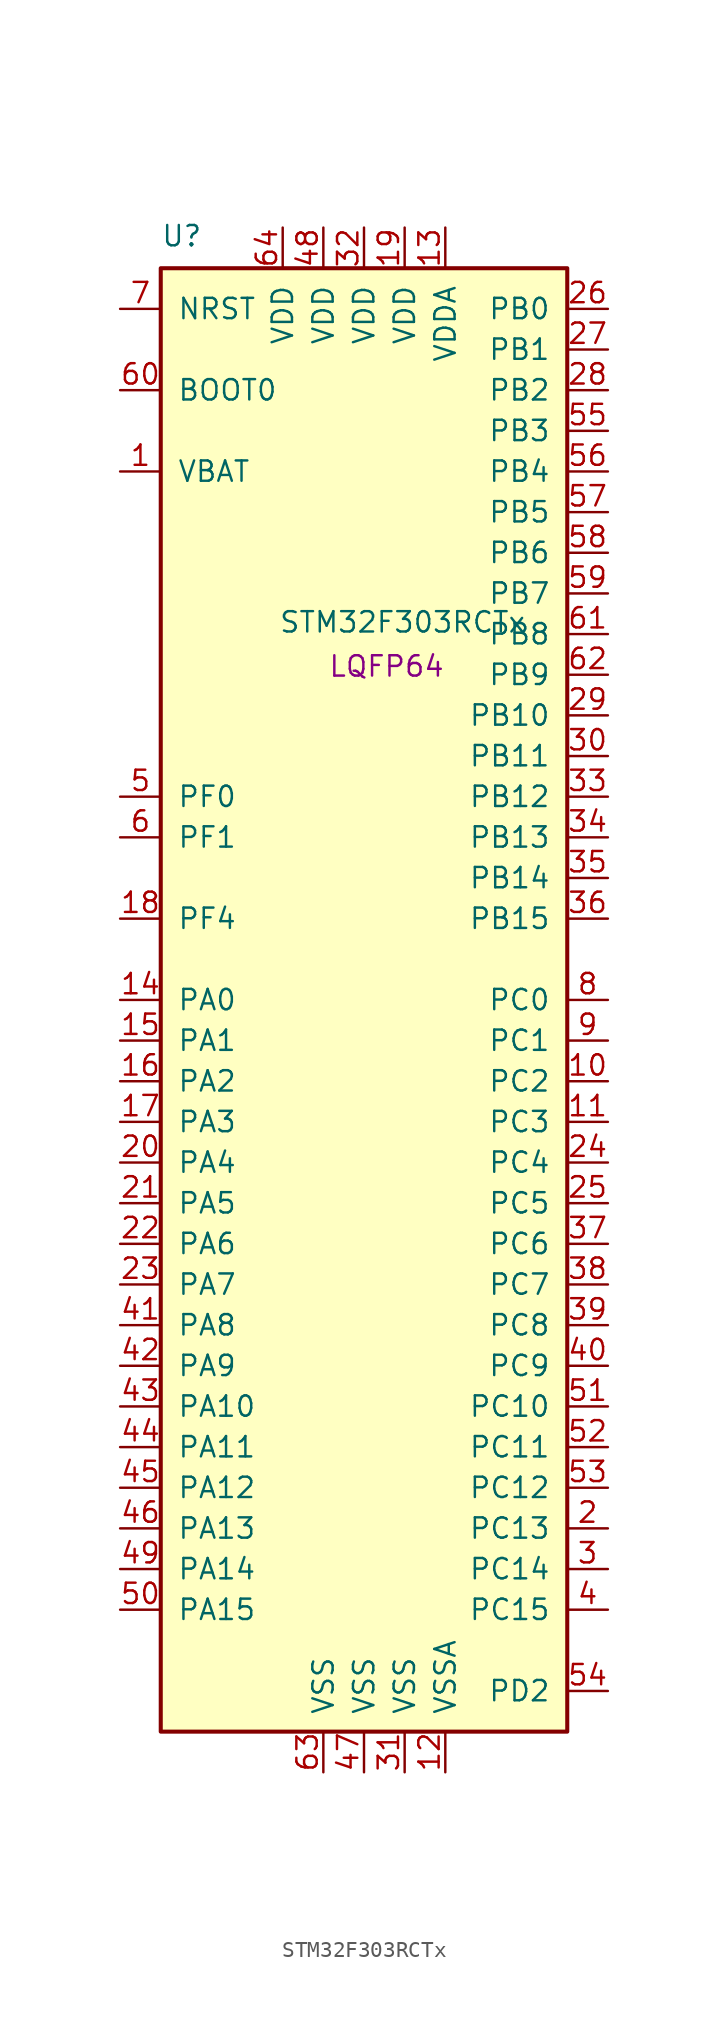
<source format=kicad_sym>
(kicad_symbol_lib
  (version 20211014)
  (generator kicad_symbol_editor)
  (symbol "STM32F303RCTx"
    (pin_names
      (offset 1.016))
    (property "Reference" "U"
      (at -12.7 41.91 0)
      (effects (font (size 1.27 1.27)) (justify left bottom)))
    (property "Value" "STM32F303RCTx"
      (at 10.16 17.78 0)
      (effects (font (size 1.27 1.27)) (justify right bottom)))
    (property "Footprint" "LQFP64"
      (at 5.08 16.51 0)
      (effects (font (size 1.27 1.27)) (justify right top)))
    (property "Datasheet" ""
      (at 11.43 2.54 0)
      (effects (font (size 1.27 1.27))))
    (symbol "STM32F303RCTx_0_1"
      (rectangle (start -12.7 -50.8) (end 12.7 40.64) (stroke (width 0.254) (type default) (color 0 0 0 0)) (fill (type background))))
    (symbol "STM32F303RCTx_1_1"
      (pin power_in line (at -15.24 27.94 0) (length 2.54) (name "VBAT" (effects (font (size 1.27 1.27)))) (number "1" (effects (font (size 1.27 1.27)))))
      (pin bidirectional line (at 15.24 -10.16 180) (length 2.54) (name "PC2" (effects (font (size 1.27 1.27)))) (number "10" (effects (font (size 1.27 1.27)))))
      (pin bidirectional line (at 15.24 -12.7 180) (length 2.54) (name "PC3" (effects (font (size 1.27 1.27)))) (number "11" (effects (font (size 1.27 1.27)))))
      (pin power_in line (at 5.08 -53.34 90) (length 2.54) (name "VSSA" (effects (font (size 1.27 1.27)))) (number "12" (effects (font (size 1.27 1.27)))))
      (pin power_in line (at 5.08 43.18 270) (length 2.54) (name "VDDA" (effects (font (size 1.27 1.27)))) (number "13" (effects (font (size 1.27 1.27)))))
      (pin bidirectional line (at -15.24 -5.08 0) (length 2.54) (name "PA0" (effects (font (size 1.27 1.27)))) (number "14" (effects (font (size 1.27 1.27)))))
      (pin bidirectional line (at -15.24 -7.62 0) (length 2.54) (name "PA1" (effects (font (size 1.27 1.27)))) (number "15" (effects (font (size 1.27 1.27)))))
      (pin bidirectional line (at -15.24 -10.16 0) (length 2.54) (name "PA2" (effects (font (size 1.27 1.27)))) (number "16" (effects (font (size 1.27 1.27)))))
      (pin bidirectional line (at -15.24 -12.7 0) (length 2.54) (name "PA3" (effects (font (size 1.27 1.27)))) (number "17" (effects (font (size 1.27 1.27)))))
      (pin bidirectional line (at -15.24 0 0) (length 2.54) (name "PF4" (effects (font (size 1.27 1.27)))) (number "18" (effects (font (size 1.27 1.27)))))
      (pin power_in line (at 2.54 43.18 270) (length 2.54) (name "VDD" (effects (font (size 1.27 1.27)))) (number "19" (effects (font (size 1.27 1.27)))))
      (pin bidirectional line (at 15.24 -38.1 180) (length 2.54) (name "PC13" (effects (font (size 1.27 1.27)))) (number "2" (effects (font (size 1.27 1.27)))))
      (pin bidirectional line (at -15.24 -15.24 0) (length 2.54) (name "PA4" (effects (font (size 1.27 1.27)))) (number "20" (effects (font (size 1.27 1.27)))))
      (pin bidirectional line (at -15.24 -17.78 0) (length 2.54) (name "PA5" (effects (font (size 1.27 1.27)))) (number "21" (effects (font (size 1.27 1.27)))))
      (pin bidirectional line (at -15.24 -20.32 0) (length 2.54) (name "PA6" (effects (font (size 1.27 1.27)))) (number "22" (effects (font (size 1.27 1.27)))))
      (pin bidirectional line (at -15.24 -22.86 0) (length 2.54) (name "PA7" (effects (font (size 1.27 1.27)))) (number "23" (effects (font (size 1.27 1.27)))))
      (pin bidirectional line (at 15.24 -15.24 180) (length 2.54) (name "PC4" (effects (font (size 1.27 1.27)))) (number "24" (effects (font (size 1.27 1.27)))))
      (pin bidirectional line (at 15.24 -17.78 180) (length 2.54) (name "PC5" (effects (font (size 1.27 1.27)))) (number "25" (effects (font (size 1.27 1.27)))))
      (pin bidirectional line (at 15.24 38.1 180) (length 2.54) (name "PB0" (effects (font (size 1.27 1.27)))) (number "26" (effects (font (size 1.27 1.27)))))
      (pin bidirectional line (at 15.24 35.56 180) (length 2.54) (name "PB1" (effects (font (size 1.27 1.27)))) (number "27" (effects (font (size 1.27 1.27)))))
      (pin bidirectional line (at 15.24 33.02 180) (length 2.54) (name "PB2" (effects (font (size 1.27 1.27)))) (number "28" (effects (font (size 1.27 1.27)))))
      (pin bidirectional line (at 15.24 12.7 180) (length 2.54) (name "PB10" (effects (font (size 1.27 1.27)))) (number "29" (effects (font (size 1.27 1.27)))))
      (pin bidirectional line (at 15.24 -40.64 180) (length 2.54) (name "PC14" (effects (font (size 1.27 1.27)))) (number "3" (effects (font (size 1.27 1.27)))))
      (pin bidirectional line (at 15.24 10.16 180) (length 2.54) (name "PB11" (effects (font (size 1.27 1.27)))) (number "30" (effects (font (size 1.27 1.27)))))
      (pin power_in line (at 2.54 -53.34 90) (length 2.54) (name "VSS" (effects (font (size 1.27 1.27)))) (number "31" (effects (font (size 1.27 1.27)))))
      (pin power_in line (at 0 43.18 270) (length 2.54) (name "VDD" (effects (font (size 1.27 1.27)))) (number "32" (effects (font (size 1.27 1.27)))))
      (pin bidirectional line (at 15.24 7.62 180) (length 2.54) (name "PB12" (effects (font (size 1.27 1.27)))) (number "33" (effects (font (size 1.27 1.27)))))
      (pin bidirectional line (at 15.24 5.08 180) (length 2.54) (name "PB13" (effects (font (size 1.27 1.27)))) (number "34" (effects (font (size 1.27 1.27)))))
      (pin bidirectional line (at 15.24 2.54 180) (length 2.54) (name "PB14" (effects (font (size 1.27 1.27)))) (number "35" (effects (font (size 1.27 1.27)))))
      (pin bidirectional line (at 15.24 0 180) (length 2.54) (name "PB15" (effects (font (size 1.27 1.27)))) (number "36" (effects (font (size 1.27 1.27)))))
      (pin bidirectional line (at 15.24 -20.32 180) (length 2.54) (name "PC6" (effects (font (size 1.27 1.27)))) (number "37" (effects (font (size 1.27 1.27)))))
      (pin bidirectional line (at 15.24 -22.86 180) (length 2.54) (name "PC7" (effects (font (size 1.27 1.27)))) (number "38" (effects (font (size 1.27 1.27)))))
      (pin bidirectional line (at 15.24 -25.4 180) (length 2.54) (name "PC8" (effects (font (size 1.27 1.27)))) (number "39" (effects (font (size 1.27 1.27)))))
      (pin bidirectional line (at 15.24 -43.18 180) (length 2.54) (name "PC15" (effects (font (size 1.27 1.27)))) (number "4" (effects (font (size 1.27 1.27)))))
      (pin bidirectional line (at 15.24 -27.94 180) (length 2.54) (name "PC9" (effects (font (size 1.27 1.27)))) (number "40" (effects (font (size 1.27 1.27)))))
      (pin bidirectional line (at -15.24 -25.4 0) (length 2.54) (name "PA8" (effects (font (size 1.27 1.27)))) (number "41" (effects (font (size 1.27 1.27)))))
      (pin bidirectional line (at -15.24 -27.94 0) (length 2.54) (name "PA9" (effects (font (size 1.27 1.27)))) (number "42" (effects (font (size 1.27 1.27)))))
      (pin bidirectional line (at -15.24 -30.48 0) (length 2.54) (name "PA10" (effects (font (size 1.27 1.27)))) (number "43" (effects (font (size 1.27 1.27)))))
      (pin bidirectional line (at -15.24 -33.02 0) (length 2.54) (name "PA11" (effects (font (size 1.27 1.27)))) (number "44" (effects (font (size 1.27 1.27)))))
      (pin bidirectional line (at -15.24 -35.56 0) (length 2.54) (name "PA12" (effects (font (size 1.27 1.27)))) (number "45" (effects (font (size 1.27 1.27)))))
      (pin bidirectional line (at -15.24 -38.1 0) (length 2.54) (name "PA13" (effects (font (size 1.27 1.27)))) (number "46" (effects (font (size 1.27 1.27)))))
      (pin power_in line (at 0 -53.34 90) (length 2.54) (name "VSS" (effects (font (size 1.27 1.27)))) (number "47" (effects (font (size 1.27 1.27)))))
      (pin power_in line (at -2.54 43.18 270) (length 2.54) (name "VDD" (effects (font (size 1.27 1.27)))) (number "48" (effects (font (size 1.27 1.27)))))
      (pin bidirectional line (at -15.24 -40.64 0) (length 2.54) (name "PA14" (effects (font (size 1.27 1.27)))) (number "49" (effects (font (size 1.27 1.27)))))
      (pin input line (at -15.24 7.62 0) (length 2.54) (name "PF0" (effects (font (size 1.27 1.27)))) (number "5" (effects (font (size 1.27 1.27)))))
      (pin bidirectional line (at -15.24 -43.18 0) (length 2.54) (name "PA15" (effects (font (size 1.27 1.27)))) (number "50" (effects (font (size 1.27 1.27)))))
      (pin bidirectional line (at 15.24 -30.48 180) (length 2.54) (name "PC10" (effects (font (size 1.27 1.27)))) (number "51" (effects (font (size 1.27 1.27)))))
      (pin bidirectional line (at 15.24 -33.02 180) (length 2.54) (name "PC11" (effects (font (size 1.27 1.27)))) (number "52" (effects (font (size 1.27 1.27)))))
      (pin bidirectional line (at 15.24 -35.56 180) (length 2.54) (name "PC12" (effects (font (size 1.27 1.27)))) (number "53" (effects (font (size 1.27 1.27)))))
      (pin input line (at 15.24 -48.26 180) (length 2.54) (name "PD2" (effects (font (size 1.27 1.27)))) (number "54" (effects (font (size 1.27 1.27)))))
      (pin bidirectional line (at 15.24 30.48 180) (length 2.54) (name "PB3" (effects (font (size 1.27 1.27)))) (number "55" (effects (font (size 1.27 1.27)))))
      (pin bidirectional line (at 15.24 27.94 180) (length 2.54) (name "PB4" (effects (font (size 1.27 1.27)))) (number "56" (effects (font (size 1.27 1.27)))))
      (pin bidirectional line (at 15.24 25.4 180) (length 2.54) (name "PB5" (effects (font (size 1.27 1.27)))) (number "57" (effects (font (size 1.27 1.27)))))
      (pin bidirectional line (at 15.24 22.86 180) (length 2.54) (name "PB6" (effects (font (size 1.27 1.27)))) (number "58" (effects (font (size 1.27 1.27)))))
      (pin bidirectional line (at 15.24 20.32 180) (length 2.54) (name "PB7" (effects (font (size 1.27 1.27)))) (number "59" (effects (font (size 1.27 1.27)))))
      (pin input line (at -15.24 5.08 0) (length 2.54) (name "PF1" (effects (font (size 1.27 1.27)))) (number "6" (effects (font (size 1.27 1.27)))))
      (pin input line (at -15.24 33.02 0) (length 2.54) (name "BOOT0" (effects (font (size 1.27 1.27)))) (number "60" (effects (font (size 1.27 1.27)))))
      (pin bidirectional line (at 15.24 17.78 180) (length 2.54) (name "PB8" (effects (font (size 1.27 1.27)))) (number "61" (effects (font (size 1.27 1.27)))))
      (pin bidirectional line (at 15.24 15.24 180) (length 2.54) (name "PB9" (effects (font (size 1.27 1.27)))) (number "62" (effects (font (size 1.27 1.27)))))
      (pin power_in line (at -2.54 -53.34 90) (length 2.54) (name "VSS" (effects (font (size 1.27 1.27)))) (number "63" (effects (font (size 1.27 1.27)))))
      (pin power_in line (at -5.08 43.18 270) (length 2.54) (name "VDD" (effects (font (size 1.27 1.27)))) (number "64" (effects (font (size 1.27 1.27)))))
      (pin input line (at -15.24 38.1 0) (length 2.54) (name "NRST" (effects (font (size 1.27 1.27)))) (number "7" (effects (font (size 1.27 1.27)))))
      (pin bidirectional line (at 15.24 -5.08 180) (length 2.54) (name "PC0" (effects (font (size 1.27 1.27)))) (number "8" (effects (font (size 1.27 1.27)))))
      (pin bidirectional line (at 15.24 -7.62 180) (length 2.54) (name "PC1" (effects (font (size 1.27 1.27)))) (number "9" (effects (font (size 1.27 1.27))))))))
</source>
